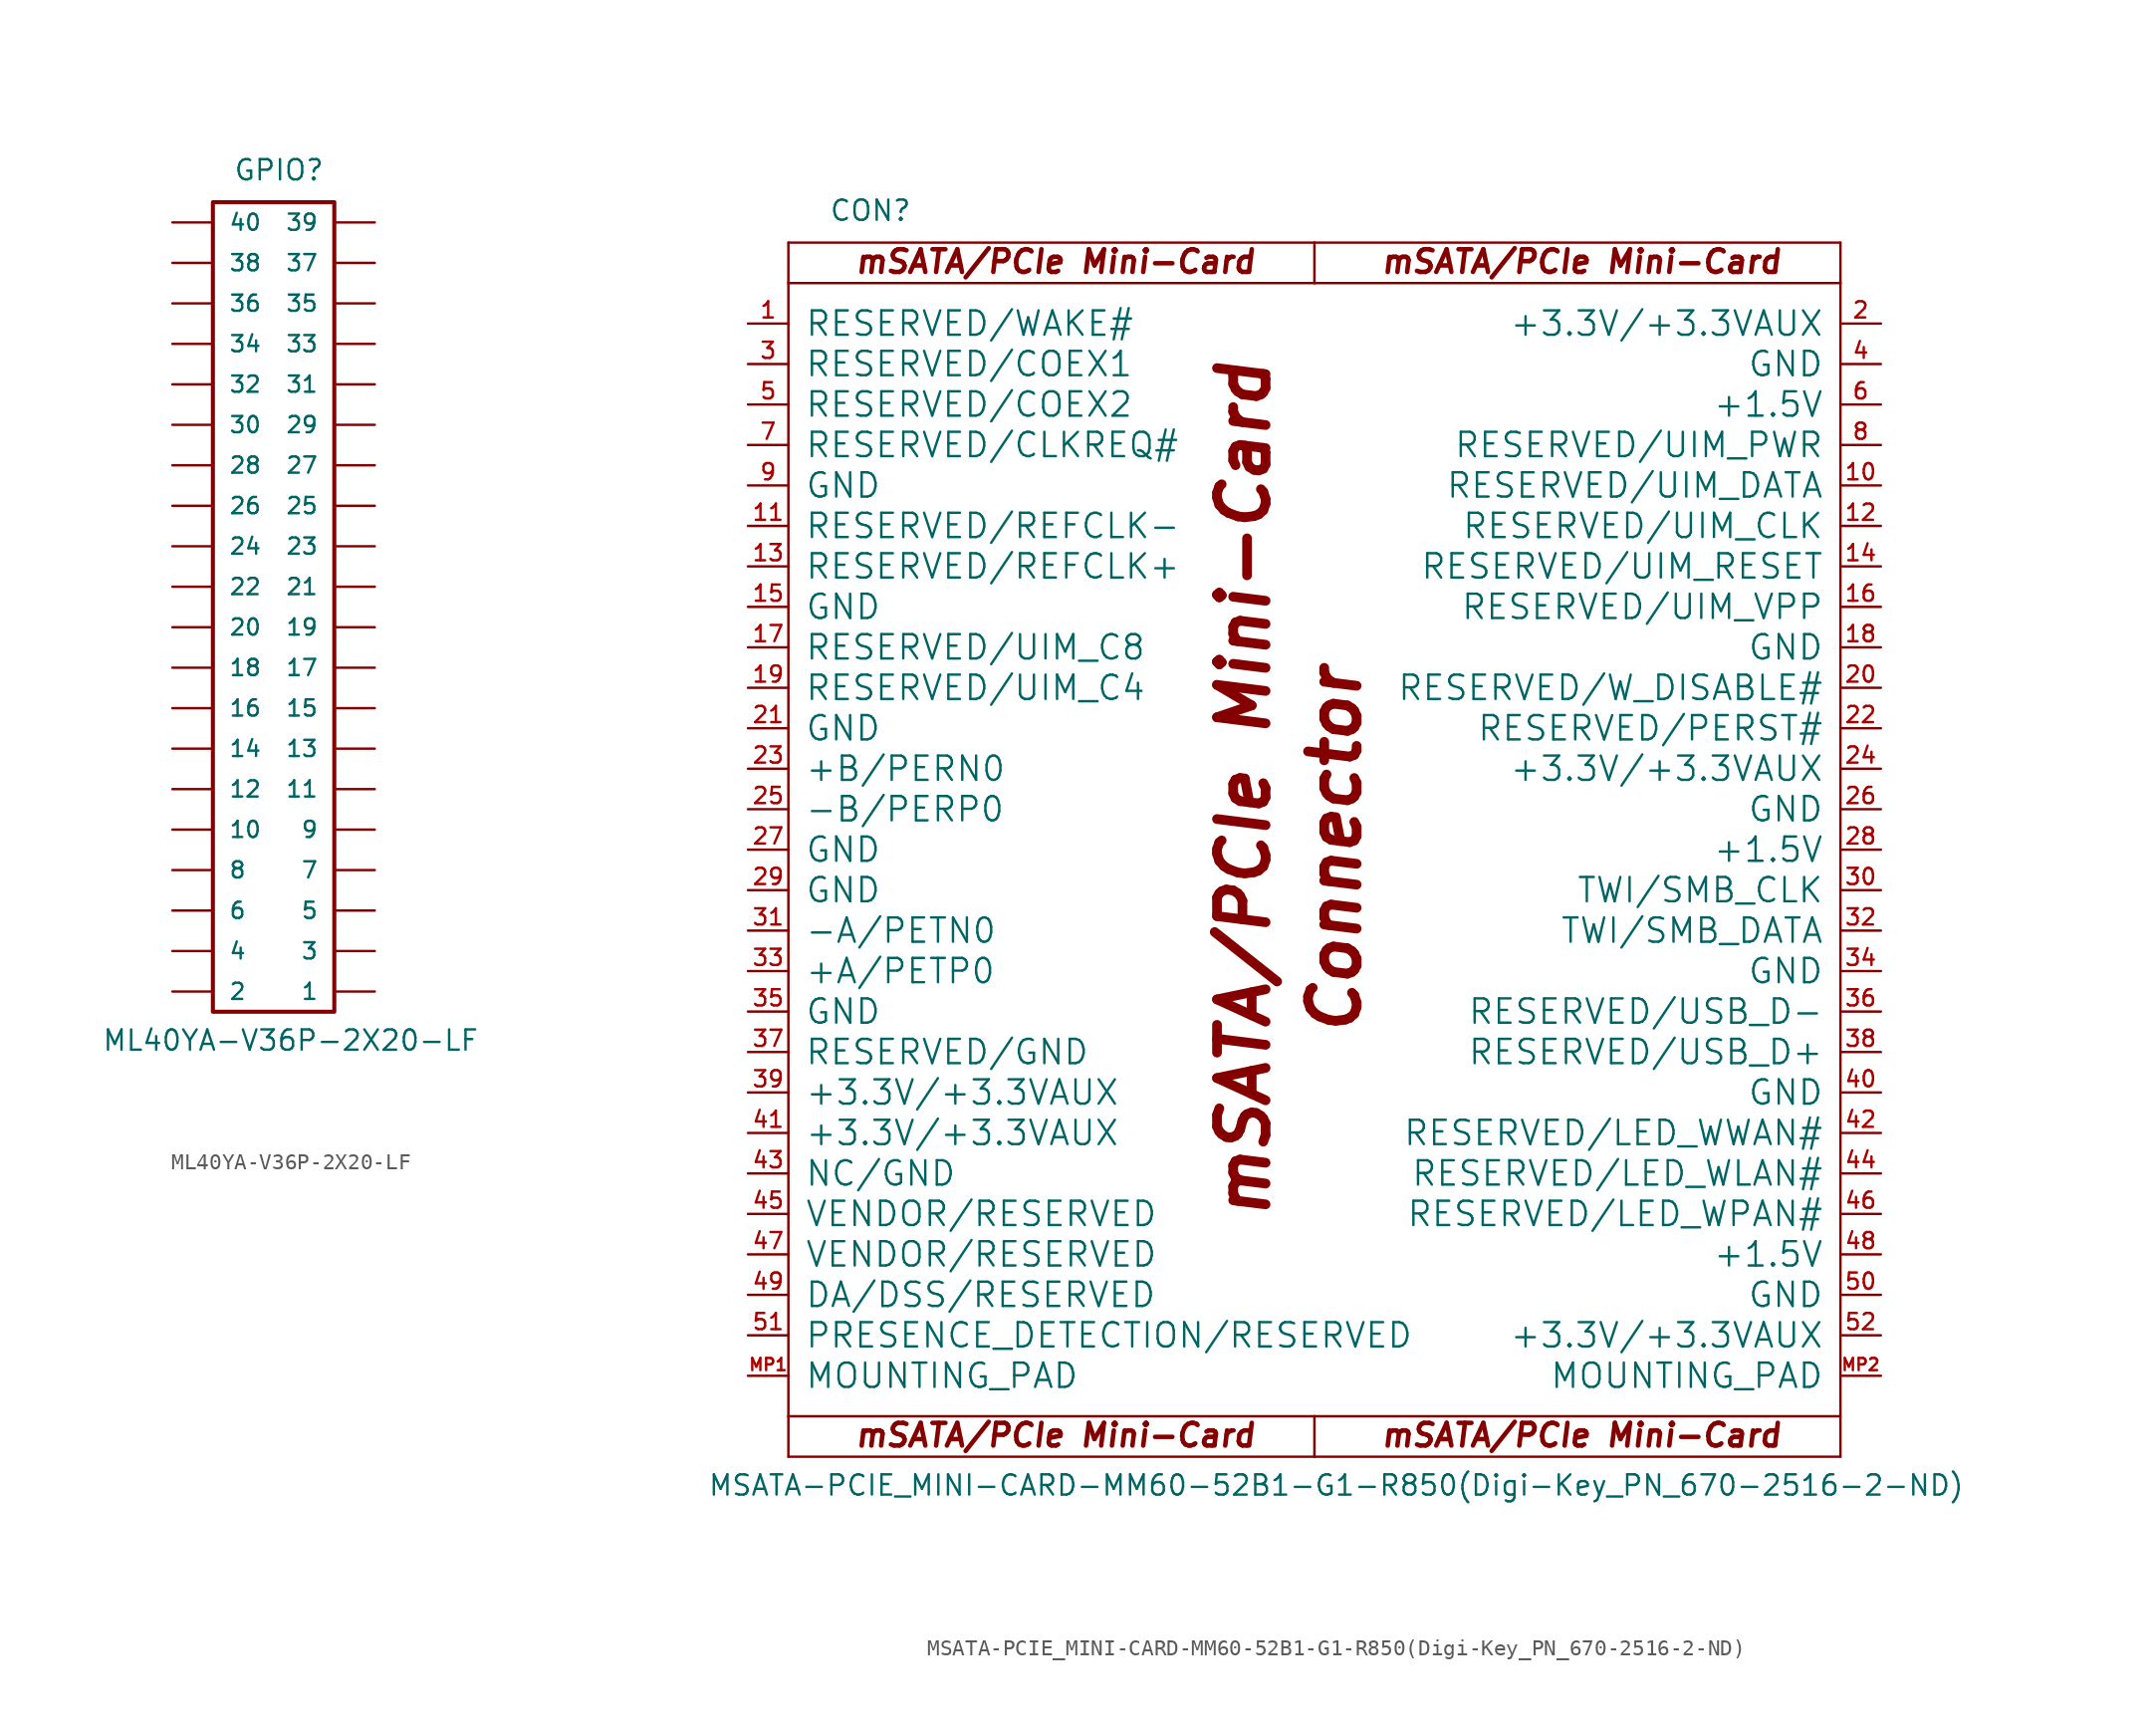
<source format=kicad_sym>
(kicad_symbol_lib
  (version 20220914)
  (generator kicad_symbol_editor)
  (symbol "ML40YA-V36P-2X20-LF"
    (pin_numbers hide)
    (pin_names
      (offset 1.016))
    (property "Reference" "GPIO"
      (at -3.81 25.4 0)
      (effects (font (size 1.27 1.27)) (justify left bottom)))
    (property "Value" "ML40YA-V36P-2X20-LF"
      (at -12.065 -29.21 0)
      (effects (font (size 1.27 1.27)) (justify left bottom)))
    (property "Datasheet" ""
      (at -2.54 -2.54 0)
      (effects (font (size 1.524 1.524))))
    (property "ki_locked" ""
      (at 0 0 0)
      (effects (font (size 1.27 1.27))))
    (symbol "ML40YA-V36P-2X20-LF_1_0"
      (rectangle (start -5.08 24.13) (end 2.54 -26.67) (stroke (width 0.254) (type solid)) (fill (type none))))
    (symbol "ML40YA-V36P-2X20-LF_1_1"
      (pin passive line (at 5.08 -25.4 180) (length 2.489) (name "1" (effects (font (size 1.016 1.016)))) (number "1" (effects (font (size 1.016 1.016)))))
      (pin passive line (at -7.62 -15.24 0) (length 2.489) (name "10" (effects (font (size 1.016 1.016)))) (number "10" (effects (font (size 1.016 1.016)))))
      (pin passive line (at 5.08 -12.7 180) (length 2.489) (name "11" (effects (font (size 1.016 1.016)))) (number "11" (effects (font (size 1.016 1.016)))))
      (pin passive line (at -7.62 -12.7 0) (length 2.489) (name "12" (effects (font (size 1.016 1.016)))) (number "12" (effects (font (size 1.016 1.016)))))
      (pin passive line (at 5.08 -10.16 180) (length 2.489) (name "13" (effects (font (size 1.016 1.016)))) (number "13" (effects (font (size 1.016 1.016)))))
      (pin passive line (at -7.62 -10.16 0) (length 2.489) (name "14" (effects (font (size 1.016 1.016)))) (number "14" (effects (font (size 1.016 1.016)))))
      (pin passive line (at 5.08 -7.62 180) (length 2.489) (name "15" (effects (font (size 1.016 1.016)))) (number "15" (effects (font (size 1.016 1.016)))))
      (pin passive line (at -7.62 -7.62 0) (length 2.489) (name "16" (effects (font (size 1.016 1.016)))) (number "16" (effects (font (size 1.016 1.016)))))
      (pin passive line (at 5.08 -5.08 180) (length 2.489) (name "17" (effects (font (size 1.016 1.016)))) (number "17" (effects (font (size 1.016 1.016)))))
      (pin passive line (at -7.62 -5.08 0) (length 2.489) (name "18" (effects (font (size 1.016 1.016)))) (number "18" (effects (font (size 1.016 1.016)))))
      (pin passive line (at 5.08 -2.54 180) (length 2.489) (name "19" (effects (font (size 1.016 1.016)))) (number "19" (effects (font (size 1.016 1.016)))))
      (pin passive line (at -7.62 -25.4 0) (length 2.489) (name "2" (effects (font (size 1.016 1.016)))) (number "2" (effects (font (size 1.016 1.016)))))
      (pin passive line (at -7.62 -2.54 0) (length 2.489) (name "20" (effects (font (size 1.016 1.016)))) (number "20" (effects (font (size 1.016 1.016)))))
      (pin passive line (at 5.08 0 180) (length 2.489) (name "21" (effects (font (size 1.016 1.016)))) (number "21" (effects (font (size 1.016 1.016)))))
      (pin passive line (at -7.62 0 0) (length 2.489) (name "22" (effects (font (size 1.016 1.016)))) (number "22" (effects (font (size 1.016 1.016)))))
      (pin passive line (at 5.08 2.54 180) (length 2.489) (name "23" (effects (font (size 1.016 1.016)))) (number "23" (effects (font (size 1.016 1.016)))))
      (pin passive line (at -7.62 2.54 0) (length 2.489) (name "24" (effects (font (size 1.016 1.016)))) (number "24" (effects (font (size 1.016 1.016)))))
      (pin passive line (at 5.08 5.08 180) (length 2.489) (name "25" (effects (font (size 1.016 1.016)))) (number "25" (effects (font (size 1.016 1.016)))))
      (pin passive line (at -7.62 5.08 0) (length 2.489) (name "26" (effects (font (size 1.016 1.016)))) (number "26" (effects (font (size 1.016 1.016)))))
      (pin passive line (at 5.08 7.62 180) (length 2.489) (name "27" (effects (font (size 1.016 1.016)))) (number "27" (effects (font (size 1.016 1.016)))))
      (pin passive line (at -7.62 7.62 0) (length 2.489) (name "28" (effects (font (size 1.016 1.016)))) (number "28" (effects (font (size 1.016 1.016)))))
      (pin passive line (at 5.08 10.16 180) (length 2.489) (name "29" (effects (font (size 1.016 1.016)))) (number "29" (effects (font (size 1.016 1.016)))))
      (pin passive line (at 5.08 -22.86 180) (length 2.489) (name "3" (effects (font (size 1.016 1.016)))) (number "3" (effects (font (size 1.016 1.016)))))
      (pin passive line (at -7.62 10.16 0) (length 2.489) (name "30" (effects (font (size 1.016 1.016)))) (number "30" (effects (font (size 1.016 1.016)))))
      (pin passive line (at 5.08 12.7 180) (length 2.489) (name "31" (effects (font (size 1.016 1.016)))) (number "31" (effects (font (size 1.016 1.016)))))
      (pin passive line (at -7.62 12.7 0) (length 2.489) (name "32" (effects (font (size 1.016 1.016)))) (number "32" (effects (font (size 1.016 1.016)))))
      (pin passive line (at 5.08 15.24 180) (length 2.489) (name "33" (effects (font (size 1.016 1.016)))) (number "33" (effects (font (size 1.016 1.016)))))
      (pin passive line (at -7.62 15.24 0) (length 2.489) (name "34" (effects (font (size 1.016 1.016)))) (number "34" (effects (font (size 1.016 1.016)))))
      (pin passive line (at 5.08 17.78 180) (length 2.489) (name "35" (effects (font (size 1.016 1.016)))) (number "35" (effects (font (size 1.016 1.016)))))
      (pin passive line (at -7.62 17.78 0) (length 2.489) (name "36" (effects (font (size 1.016 1.016)))) (number "36" (effects (font (size 1.016 1.016)))))
      (pin passive line (at 5.08 20.32 180) (length 2.489) (name "37" (effects (font (size 1.016 1.016)))) (number "37" (effects (font (size 1.016 1.016)))))
      (pin passive line (at -7.62 20.32 0) (length 2.489) (name "38" (effects (font (size 1.016 1.016)))) (number "38" (effects (font (size 1.016 1.016)))))
      (pin passive line (at 5.08 22.86 180) (length 2.489) (name "39" (effects (font (size 1.016 1.016)))) (number "39" (effects (font (size 1.016 1.016)))))
      (pin passive line (at -7.62 -22.86 0) (length 2.489) (name "4" (effects (font (size 1.016 1.016)))) (number "4" (effects (font (size 1.016 1.016)))))
      (pin passive line (at -7.62 22.86 0) (length 2.489) (name "40" (effects (font (size 1.016 1.016)))) (number "40" (effects (font (size 1.016 1.016)))))
      (pin passive line (at 5.08 -20.32 180) (length 2.489) (name "5" (effects (font (size 1.016 1.016)))) (number "5" (effects (font (size 1.016 1.016)))))
      (pin passive line (at -7.62 -20.32 0) (length 2.489) (name "6" (effects (font (size 1.016 1.016)))) (number "6" (effects (font (size 1.016 1.016)))))
      (pin passive line (at 5.08 -17.78 180) (length 2.489) (name "7" (effects (font (size 1.016 1.016)))) (number "7" (effects (font (size 1.016 1.016)))))
      (pin passive line (at -7.62 -17.78 0) (length 2.489) (name "8" (effects (font (size 1.016 1.016)))) (number "8" (effects (font (size 1.016 1.016)))))
      (pin passive line (at 5.08 -15.24 180) (length 2.489) (name "9" (effects (font (size 1.016 1.016)))) (number "9" (effects (font (size 1.016 1.016)))))))
  (symbol "MSATA-PCIE_MINI-CARD-MM60-52B1-G1-R850(Digi-Key_PN_670-2516-2-ND)"
    (pin_names
      (offset 1.016))
    (property "Reference" "CON"
      (at -30.48 39.37 0)
      (effects (font (size 1.27 1.27)) (justify left bottom)))
    (property "Value" "MSATA-PCIE_MINI-CARD-MM60-52B1-G1-R850(Digi-Key_PN_670-2516-2-ND)"
      (at -38.1 -40.64 0)
      (effects (font (size 1.27 1.27)) (justify left bottom)))
    (symbol "MSATA-PCIE_MINI-CARD-MM60-52B1-G1-R850(Digi-Key_PN_670-2516-2-ND)_1_0"
      (polyline (pts (xy -33.02 -38.1) (xy 0 -38.1)) (stroke (width 0) (type solid)) (fill (type none)))
      (polyline (pts (xy -33.02 -35.56) (xy -33.02 -38.1)) (stroke (width 0) (type solid)) (fill (type none)))
      (polyline (pts (xy -33.02 -35.56) (xy 0 -35.56)) (stroke (width 0) (type solid)) (fill (type none)))
      (polyline (pts (xy -33.02 35.56) (xy -33.02 -35.56)) (stroke (width 0) (type solid)) (fill (type none)))
      (polyline (pts (xy -33.02 38.1) (xy -33.02 35.56)) (stroke (width 0) (type solid)) (fill (type none)))
      (polyline (pts (xy 0 -38.1) (xy 33.02 -38.1)) (stroke (width 0) (type solid)) (fill (type none)))
      (polyline (pts (xy 0 -35.56) (xy 0 -38.1)) (stroke (width 0) (type solid)) (fill (type none)))
      (polyline (pts (xy 0 -35.56) (xy 33.02 -35.56)) (stroke (width 0) (type solid)) (fill (type none)))
      (polyline (pts (xy 0 35.56) (xy -33.02 35.56)) (stroke (width 0) (type solid)) (fill (type none)))
      (polyline (pts (xy 0 38.1) (xy -33.02 38.1)) (stroke (width 0) (type solid)) (fill (type none)))
      (polyline (pts (xy 0 38.1) (xy 0 35.56)) (stroke (width 0) (type solid)) (fill (type none)))
      (polyline (pts (xy 33.02 -38.1) (xy 33.02 35.56)) (stroke (width 0) (type solid)) (fill (type none)))
      (polyline (pts (xy 33.02 35.56) (xy 0 35.56)) (stroke (width 0) (type solid)) (fill (type none)))
      (polyline (pts (xy 33.02 35.56) (xy 33.02 38.1)) (stroke (width 0) (type solid)) (fill (type none)))
      (polyline (pts (xy 33.02 38.1) (xy 0 38.1)) (stroke (width 0) (type solid)) (fill (type none)))
      (text "Connector" (at 1.27 0 900) (effects (font (size 3.048 3.048) bold italic)))
      (text "mSATA/PCIe Mini-Card" (at -16.256 -36.754 0) (effects (font (size 1.422 1.422) bold italic)))
      (text "mSATA/PCIe Mini-Card" (at -16.256 36.906 0) (effects (font (size 1.422 1.422) bold italic)))
      (text "mSATA/PCIe Mini-Card" (at -4.445 3.81 900) (effects (font (size 3.048 3.048) bold italic)))
      (text "mSATA/PCIe Mini-Card" (at 16.764 -36.754 0) (effects (font (size 1.422 1.422) bold italic)))
      (text "mSATA/PCIe Mini-Card" (at 16.764 36.906 0) (effects (font (size 1.422 1.422) bold italic))))
    (symbol "MSATA-PCIE_MINI-CARD-MM60-52B1-G1-R850(Digi-Key_PN_670-2516-2-ND)_1_1"
      (pin bidirectional line (at -35.56 33.02 0) (length 2.54) (name "RESERVED/WAKE#" (effects (font (size 1.524 1.524)))) (number "1" (effects (font (size 1.016 1.016)))))
      (pin bidirectional line (at 35.56 22.86 180) (length 2.54) (name "RESERVED/UIM_DATA" (effects (font (size 1.524 1.524)))) (number "10" (effects (font (size 1.016 1.016)))))
      (pin bidirectional line (at -35.56 20.32 0) (length 2.54) (name "RESERVED/REFCLK-" (effects (font (size 1.524 1.524)))) (number "11" (effects (font (size 1.016 1.016)))))
      (pin bidirectional line (at 35.56 20.32 180) (length 2.54) (name "RESERVED/UIM_CLK" (effects (font (size 1.524 1.524)))) (number "12" (effects (font (size 1.016 1.016)))))
      (pin bidirectional line (at -35.56 17.78 0) (length 2.54) (name "RESERVED/REFCLK+" (effects (font (size 1.524 1.524)))) (number "13" (effects (font (size 1.016 1.016)))))
      (pin bidirectional line (at 35.56 17.78 180) (length 2.54) (name "RESERVED/UIM_RESET" (effects (font (size 1.524 1.524)))) (number "14" (effects (font (size 1.016 1.016)))))
      (pin power_in line (at -35.56 15.24 0) (length 2.54) (name "GND" (effects (font (size 1.524 1.524)))) (number "15" (effects (font (size 1.016 1.016)))))
      (pin bidirectional line (at 35.56 15.24 180) (length 2.54) (name "RESERVED/UIM_VPP" (effects (font (size 1.524 1.524)))) (number "16" (effects (font (size 1.016 1.016)))))
      (pin bidirectional line (at -35.56 12.7 0) (length 2.54) (name "RESERVED/UIM_C8" (effects (font (size 1.524 1.524)))) (number "17" (effects (font (size 1.016 1.016)))))
      (pin power_in line (at 35.56 12.7 180) (length 2.54) (name "GND" (effects (font (size 1.524 1.524)))) (number "18" (effects (font (size 1.016 1.016)))))
      (pin bidirectional line (at -35.56 10.16 0) (length 2.54) (name "RESERVED/UIM_C4" (effects (font (size 1.524 1.524)))) (number "19" (effects (font (size 1.016 1.016)))))
      (pin power_in line (at 35.56 33.02 180) (length 2.54) (name "+3.3V/+3.3VAUX" (effects (font (size 1.524 1.524)))) (number "2" (effects (font (size 1.016 1.016)))))
      (pin bidirectional line (at 35.56 10.16 180) (length 2.54) (name "RESERVED/W_DISABLE#" (effects (font (size 1.524 1.524)))) (number "20" (effects (font (size 1.016 1.016)))))
      (pin power_in line (at -35.56 7.62 0) (length 2.54) (name "GND" (effects (font (size 1.524 1.524)))) (number "21" (effects (font (size 1.016 1.016)))))
      (pin bidirectional line (at 35.56 7.62 180) (length 2.54) (name "RESERVED/PERST#" (effects (font (size 1.524 1.524)))) (number "22" (effects (font (size 1.016 1.016)))))
      (pin bidirectional line (at -35.56 5.08 0) (length 2.54) (name "+B/PERN0" (effects (font (size 1.524 1.524)))) (number "23" (effects (font (size 1.016 1.016)))))
      (pin power_in line (at 35.56 5.08 180) (length 2.54) (name "+3.3V/+3.3VAUX" (effects (font (size 1.524 1.524)))) (number "24" (effects (font (size 1.016 1.016)))))
      (pin bidirectional line (at -35.56 2.54 0) (length 2.54) (name "-B/PERP0" (effects (font (size 1.524 1.524)))) (number "25" (effects (font (size 1.016 1.016)))))
      (pin power_in line (at 35.56 2.54 180) (length 2.54) (name "GND" (effects (font (size 1.524 1.524)))) (number "26" (effects (font (size 1.016 1.016)))))
      (pin power_in line (at -35.56 0 0) (length 2.54) (name "GND" (effects (font (size 1.524 1.524)))) (number "27" (effects (font (size 1.016 1.016)))))
      (pin power_in line (at 35.56 0 180) (length 2.54) (name "+1.5V" (effects (font (size 1.524 1.524)))) (number "28" (effects (font (size 1.016 1.016)))))
      (pin power_in line (at -35.56 -2.54 0) (length 2.54) (name "GND" (effects (font (size 1.524 1.524)))) (number "29" (effects (font (size 1.016 1.016)))))
      (pin bidirectional line (at -35.56 30.48 0) (length 2.54) (name "RESERVED/COEX1" (effects (font (size 1.524 1.524)))) (number "3" (effects (font (size 1.016 1.016)))))
      (pin bidirectional line (at 35.56 -2.54 180) (length 2.54) (name "TWI/SMB_CLK" (effects (font (size 1.524 1.524)))) (number "30" (effects (font (size 1.016 1.016)))))
      (pin bidirectional line (at -35.56 -5.08 0) (length 2.54) (name "-A/PETN0" (effects (font (size 1.524 1.524)))) (number "31" (effects (font (size 1.016 1.016)))))
      (pin bidirectional line (at 35.56 -5.08 180) (length 2.54) (name "TWI/SMB_DATA" (effects (font (size 1.524 1.524)))) (number "32" (effects (font (size 1.016 1.016)))))
      (pin bidirectional line (at -35.56 -7.62 0) (length 2.54) (name "+A/PETP0" (effects (font (size 1.524 1.524)))) (number "33" (effects (font (size 1.016 1.016)))))
      (pin power_in line (at 35.56 -7.62 180) (length 2.54) (name "GND" (effects (font (size 1.524 1.524)))) (number "34" (effects (font (size 1.016 1.016)))))
      (pin power_in line (at -35.56 -10.16 0) (length 2.54) (name "GND" (effects (font (size 1.524 1.524)))) (number "35" (effects (font (size 1.016 1.016)))))
      (pin bidirectional line (at 35.56 -10.16 180) (length 2.54) (name "RESERVED/USB_D-" (effects (font (size 1.524 1.524)))) (number "36" (effects (font (size 1.016 1.016)))))
      (pin input line (at -35.56 -12.7 0) (length 2.54) (name "RESERVED/GND" (effects (font (size 1.524 1.524)))) (number "37" (effects (font (size 1.016 1.016)))))
      (pin bidirectional line (at 35.56 -12.7 180) (length 2.54) (name "RESERVED/USB_D+" (effects (font (size 1.524 1.524)))) (number "38" (effects (font (size 1.016 1.016)))))
      (pin power_in line (at -35.56 -15.24 0) (length 2.54) (name "+3.3V/+3.3VAUX" (effects (font (size 1.524 1.524)))) (number "39" (effects (font (size 1.016 1.016)))))
      (pin power_in line (at 35.56 30.48 180) (length 2.54) (name "GND" (effects (font (size 1.524 1.524)))) (number "4" (effects (font (size 1.016 1.016)))))
      (pin power_in line (at 35.56 -15.24 180) (length 2.54) (name "GND" (effects (font (size 1.524 1.524)))) (number "40" (effects (font (size 1.016 1.016)))))
      (pin power_in line (at -35.56 -17.78 0) (length 2.54) (name "+3.3V/+3.3VAUX" (effects (font (size 1.524 1.524)))) (number "41" (effects (font (size 1.016 1.016)))))
      (pin bidirectional line (at 35.56 -17.78 180) (length 2.54) (name "RESERVED/LED_WWAN#" (effects (font (size 1.524 1.524)))) (number "42" (effects (font (size 1.016 1.016)))))
      (pin input line (at -35.56 -20.32 0) (length 2.54) (name "NC/GND" (effects (font (size 1.524 1.524)))) (number "43" (effects (font (size 1.016 1.016)))))
      (pin bidirectional line (at 35.56 -20.32 180) (length 2.54) (name "RESERVED/LED_WLAN#" (effects (font (size 1.524 1.524)))) (number "44" (effects (font (size 1.016 1.016)))))
      (pin bidirectional line (at -35.56 -22.86 0) (length 2.54) (name "VENDOR/RESERVED" (effects (font (size 1.524 1.524)))) (number "45" (effects (font (size 1.016 1.016)))))
      (pin bidirectional line (at 35.56 -22.86 180) (length 2.54) (name "RESERVED/LED_WPAN#" (effects (font (size 1.524 1.524)))) (number "46" (effects (font (size 1.016 1.016)))))
      (pin bidirectional line (at -35.56 -25.4 0) (length 2.54) (name "VENDOR/RESERVED" (effects (font (size 1.524 1.524)))) (number "47" (effects (font (size 1.016 1.016)))))
      (pin power_in line (at 35.56 -25.4 180) (length 2.54) (name "+1.5V" (effects (font (size 1.524 1.524)))) (number "48" (effects (font (size 1.016 1.016)))))
      (pin bidirectional line (at -35.56 -27.94 0) (length 2.54) (name "DA/DSS/RESERVED" (effects (font (size 1.524 1.524)))) (number "49" (effects (font (size 1.016 1.016)))))
      (pin bidirectional line (at -35.56 27.94 0) (length 2.54) (name "RESERVED/COEX2" (effects (font (size 1.524 1.524)))) (number "5" (effects (font (size 1.016 1.016)))))
      (pin power_in line (at 35.56 -27.94 180) (length 2.54) (name "GND" (effects (font (size 1.524 1.524)))) (number "50" (effects (font (size 1.016 1.016)))))
      (pin bidirectional line (at -35.56 -30.48 0) (length 2.54) (name "PRESENCE_DETECTION/RESERVED" (effects (font (size 1.524 1.524)))) (number "51" (effects (font (size 1.016 1.016)))))
      (pin power_in line (at 35.56 -30.48 180) (length 2.54) (name "+3.3V/+3.3VAUX" (effects (font (size 1.524 1.524)))) (number "52" (effects (font (size 1.016 1.016)))))
      (pin power_in line (at 35.56 27.94 180) (length 2.54) (name "+1.5V" (effects (font (size 1.524 1.524)))) (number "6" (effects (font (size 1.016 1.016)))))
      (pin bidirectional line (at -35.56 25.4 0) (length 2.54) (name "RESERVED/CLKREQ#" (effects (font (size 1.524 1.524)))) (number "7" (effects (font (size 1.016 1.016)))))
      (pin power_out line (at 35.56 25.4 180) (length 2.54) (name "RESERVED/UIM_PWR" (effects (font (size 1.524 1.524)))) (number "8" (effects (font (size 1.016 1.016)))))
      (pin power_in line (at -35.56 22.86 0) (length 2.54) (name "GND" (effects (font (size 1.524 1.524)))) (number "9" (effects (font (size 1.016 1.016)))))
      (pin passive line (at -35.56 -33.02 0) (length 2.54) (name "MOUNTING_PAD" (effects (font (size 1.524 1.524)))) (number "MP1" (effects (font (size 0.762 0.762)))))
      (pin passive line (at 35.56 -33.02 180) (length 2.54) (name "MOUNTING_PAD" (effects (font (size 1.524 1.524)))) (number "MP2" (effects (font (size 0.762 0.762))))))))
</source>
